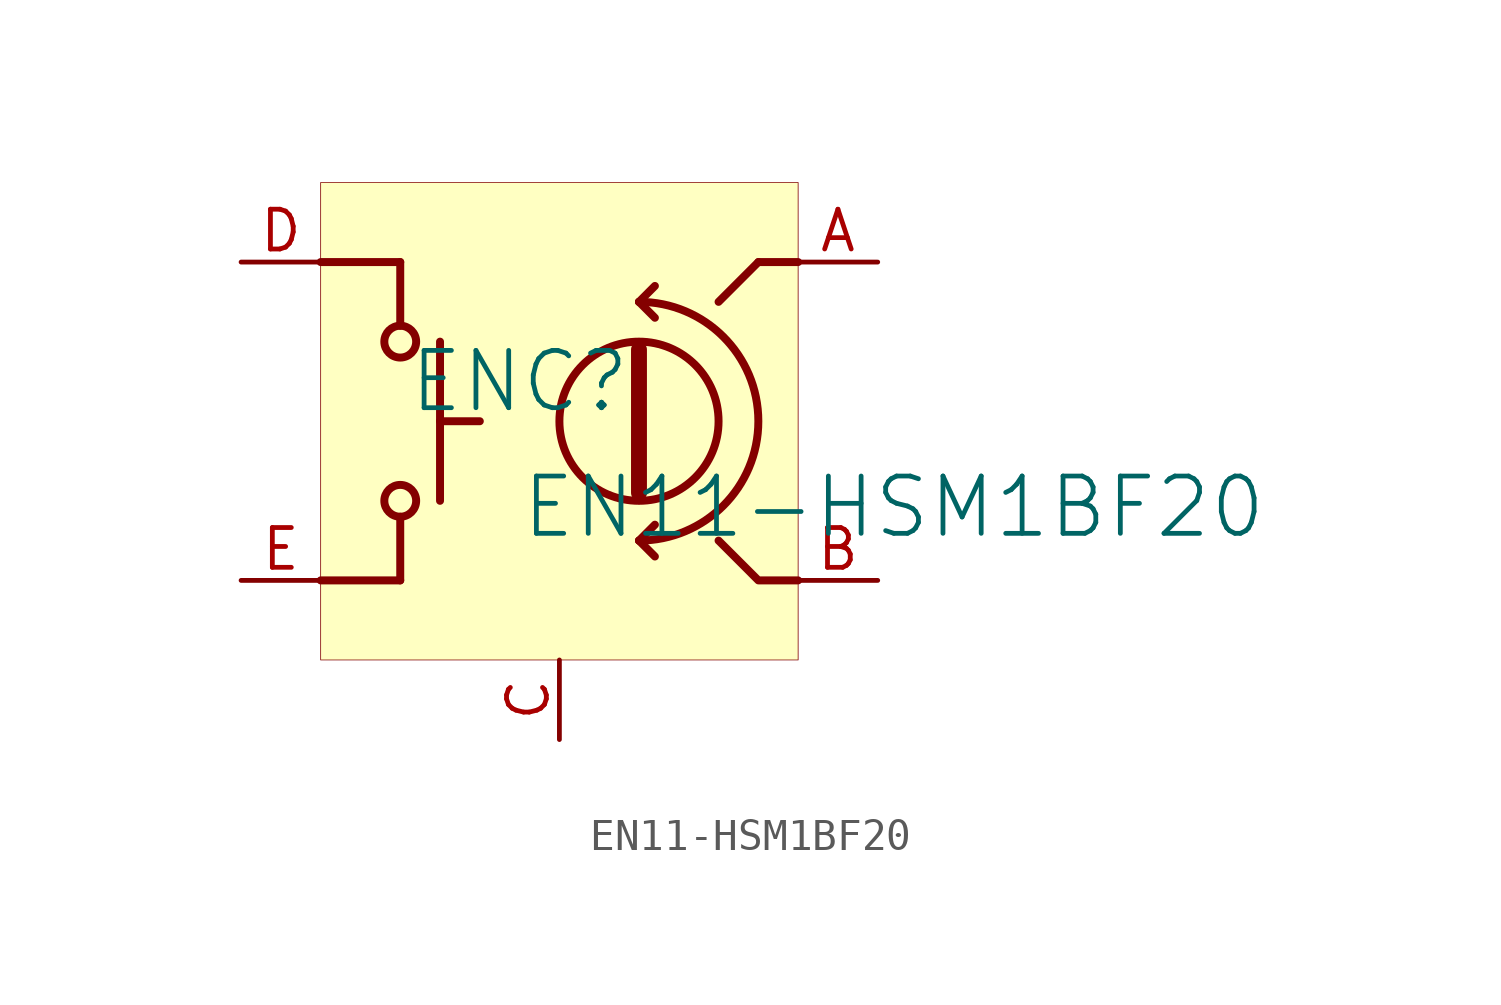
<source format=kicad_sym>
(kicad_symbol_lib
  (version 20231120)
  (generator "kicad_symbol_editor")
  (generator_version "8.0")
  (symbol "EN11-HSM1BF20"
    (property "Reference" "ENC"
      (at -1.27 1.27 0)
      (effects (font (size 1.829 1.829))))
    (property "Value" "EN11-HSM1BF20"
      (at -1.27 -3.81 0)
      (effects (font (size 1.829 1.829)) (justify left bottom)))
    (symbol "EN11-HSM1BF20_1_0"
      (circle (center -5.08 -2.54) (radius 0.508) (stroke (width 0.254) (type solid)) (fill (type none)))
      (circle (center -5.08 2.54) (radius 0.508) (stroke (width 0.254) (type solid)) (fill (type none)))
      (polyline (pts (xy -5.08 -5.08) (xy -7.62 -5.08)) (stroke (width 0.254) (type solid)) (fill (type none)))
      (polyline (pts (xy -5.08 -3.048) (xy -5.08 -5.08)) (stroke (width 0.254) (type solid)) (fill (type none)))
      (polyline (pts (xy -5.08 5.08) (xy -7.62 5.08)) (stroke (width 0.254) (type solid)) (fill (type none)))
      (polyline (pts (xy -5.08 5.08) (xy -5.08 3.048)) (stroke (width 0.254) (type solid)) (fill (type none)))
      (polyline (pts (xy -3.81 0) (xy -2.54 0)) (stroke (width 0.254) (type solid)) (fill (type none)))
      (polyline (pts (xy -3.81 2.54) (xy -3.81 -2.54)) (stroke (width 0.254) (type solid)) (fill (type none)))
      (polyline (pts (xy 2.54 -3.81) (xy 3.048 -3.302)) (stroke (width 0.254) (type solid)) (fill (type none)))
      (polyline (pts (xy 2.54 2.286) (xy 2.54 -2.286)) (stroke (width 0.508) (type solid)) (fill (type none)))
      (polyline (pts (xy 2.54 3.81) (xy 3.048 3.302)) (stroke (width 0.254) (type solid)) (fill (type none)))
      (polyline (pts (xy 2.54 3.81) (xy 3.048 4.318)) (stroke (width 0.254) (type solid)) (fill (type none)))
      (polyline (pts (xy 3.048 -4.318) (xy 2.54 -3.81)) (stroke (width 0.254) (type solid)) (fill (type none)))
      (polyline (pts (xy 6.35 5.08) (xy 5.08 3.81)) (stroke (width 0.254) (type solid)) (fill (type none)))
      (polyline (pts (xy 7.62 5.08) (xy 6.35 5.08)) (stroke (width 0.254) (type solid)) (fill (type none)))
      (polyline (pts (xy 7.62 -5.08) (xy 6.35 -5.08) (xy 5.08 -3.81)) (stroke (width 0.254) (type solid)) (fill (type none)))
      (arc (start 2.54 -3.81) (mid 6.35 0) (end 2.54 3.81) (stroke (width 0.254) (type solid)) (fill (type none)))
      (circle (center 2.54 0) (radius 2.54) (stroke (width 0.254) (type solid)) (fill (type none)))
      (rectangle (start 7.62 7.62) (end -7.62 -7.62) (stroke (width 0.025) (type solid) (color 128 0 0 1)) (fill (type background)))
      (pin output line (at 10.16 5.08 180) (length 2.54) (name "A" (effects (font (size 0 0)))) (number "A" (effects (font (size 1.27 1.27)))))
      (pin output line (at 10.16 -5.08 180) (length 2.54) (name "B" (effects (font (size 0 0)))) (number "B" (effects (font (size 1.27 1.27)))))
      (pin power_in line (at 0 -10.16 90) (length 2.54) (name "GND" (effects (font (size 0 0)))) (number "C" (effects (font (size 1.27 1.27)))))
      (pin passive line (at -10.16 5.08 0) (length 2.54) (name "D" (effects (font (size 0 0)))) (number "D" (effects (font (size 1.27 1.27)))))
      (pin passive line (at -10.16 -5.08 0) (length 2.54) (name "E" (effects (font (size 0 0)))) (number "E" (effects (font (size 1.27 1.27))))))))
</source>
